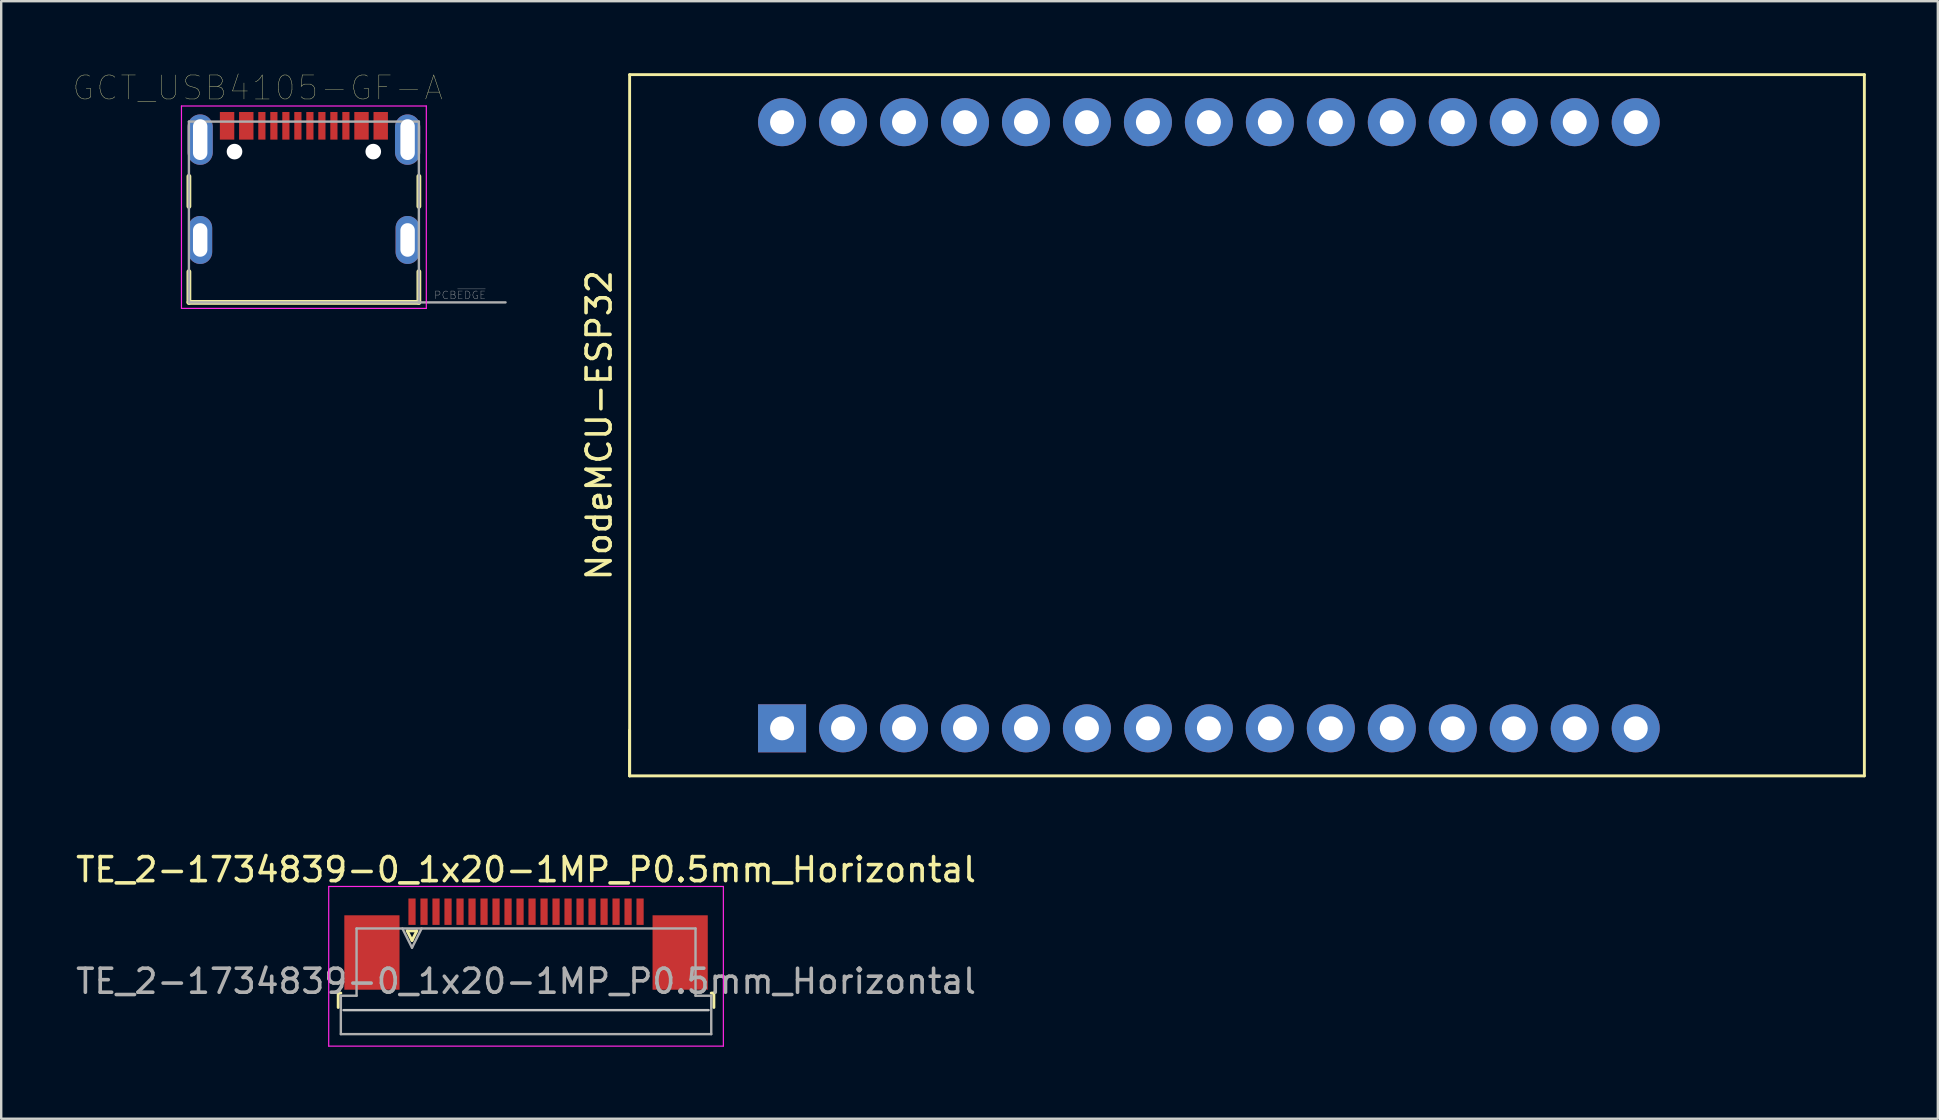
<source format=kicad_pcb>
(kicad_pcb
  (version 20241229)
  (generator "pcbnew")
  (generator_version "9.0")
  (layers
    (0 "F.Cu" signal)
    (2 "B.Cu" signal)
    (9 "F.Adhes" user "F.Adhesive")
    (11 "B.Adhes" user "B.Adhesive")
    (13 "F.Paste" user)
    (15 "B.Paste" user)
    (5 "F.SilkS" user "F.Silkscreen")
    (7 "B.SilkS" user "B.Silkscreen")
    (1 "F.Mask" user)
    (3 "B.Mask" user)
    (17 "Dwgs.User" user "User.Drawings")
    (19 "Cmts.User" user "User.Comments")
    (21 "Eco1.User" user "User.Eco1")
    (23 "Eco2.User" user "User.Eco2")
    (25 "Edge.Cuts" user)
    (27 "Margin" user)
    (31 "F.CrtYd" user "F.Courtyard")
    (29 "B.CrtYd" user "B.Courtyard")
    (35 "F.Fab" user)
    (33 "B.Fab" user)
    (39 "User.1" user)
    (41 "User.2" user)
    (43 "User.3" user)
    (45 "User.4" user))
  (footprint "TE_2-1734839-0_1x20-1MP_P0.5mm_Horizontal"
    (layer "F.Cu")
    (at 18.863 36.278)
    (property "Reference" "TE_2-1734839-0_1x20-1MP_P0.5mm_Horizontal" (at 0 -3.1 0) (layer "F.SilkS") (effects (font (size 1 1) (thickness 0.15))))
    (attr smd)
    (fp_line (start -7.825 2.04) (end -7.825 2.64) (stroke (width 0.12) (type solid)) (layer "F.SilkS"))
    (fp_line (start -7.715 2.04) (end -7.825 2.04) (stroke (width 0.12) (type solid)) (layer "F.SilkS"))
    (fp_line (start -4.95 -0.55) (end -4.75 -0.15) (stroke (width 0.12) (type solid)) (layer "F.SilkS"))
    (fp_line (start -4.75 -0.15) (end -4.55 -0.55) (stroke (width 0.12) (type solid)) (layer "F.SilkS"))
    (fp_line (start -4.55 -0.55) (end -4.95 -0.55) (stroke (width 0.12) (type solid)) (layer "F.SilkS"))
    (fp_line (start 7.715 2.04) (end 7.825 2.04) (stroke (width 0.12) (type solid)) (layer "F.SilkS"))
    (fp_line (start 7.825 2.04) (end 7.825 2.64) (stroke (width 0.12) (type solid)) (layer "F.SilkS"))
    (fp_line (start 7.605 2.75) (end -7.605 2.75) (stroke (width 0.1) (type solid)) (layer "Dwgs.User"))
    (fp_line (start -8.22 -2.4) (end -8.22 4.25) (stroke (width 0.05) (type solid)) (layer "F.CrtYd"))
    (fp_line (start -8.22 4.25) (end 8.22 4.25) (stroke (width 0.05) (type solid)) (layer "F.CrtYd"))
    (fp_line (start 8.22 -2.4) (end -8.22 -2.4) (stroke (width 0.05) (type solid)) (layer "F.CrtYd"))
    (fp_line (start 8.22 4.25) (end 8.22 -2.4) (stroke (width 0.05) (type solid)) (layer "F.CrtYd"))
    (fp_line (start -7.715 2.15) (end -7.06 2.15) (stroke (width 0.1) (type solid)) (layer "F.Fab"))
    (fp_line (start -7.715 3.75) (end -7.715 2.15) (stroke (width 0.1) (type solid)) (layer "F.Fab"))
    (fp_line (start -7.06 -0.65) (end 7.06 -0.65) (stroke (width 0.1) (type solid)) (layer "F.Fab"))
    (fp_line (start -7.06 2.15) (end -7.06 -0.65) (stroke (width 0.1) (type solid)) (layer "F.Fab"))
    (fp_line (start -5.15 -0.65) (end -4.75 0.15) (stroke (width 0.1) (type solid)) (layer "F.Fab"))
    (fp_line (start -4.75 0.15) (end -4.35 -0.65) (stroke (width 0.1) (type solid)) (layer "F.Fab"))
    (fp_line (start 7.06 -0.65) (end 7.06 2.15) (stroke (width 0.1) (type solid)) (layer "F.Fab"))
    (fp_line (start 7.06 2.15) (end 7.715 2.15) (stroke (width 0.1) (type solid)) (layer "F.Fab"))
    (fp_line (start 7.715 2.15) (end 7.715 3.75) (stroke (width 0.1) (type solid)) (layer "F.Fab"))
    (fp_line (start 7.715 3.75) (end -7.715 3.75) (stroke (width 0.1) (type solid)) (layer "F.Fab"))
    (fp_text user "${REFERENCE}" (at 0 1.55 0) (layer "F.Fab") (effects (font (size 1 1) (thickness 0.15))))
    (pad "1" smd rect (at -4.75 -1.35) (size 0.3 1.1) (layers "F.Cu" "F.Mask" "F.Paste"))
    (pad "2" smd rect (at -4.25 -1.35) (size 0.3 1.1) (layers "F.Cu" "F.Mask" "F.Paste"))
    (pad "3" smd rect (at -3.75 -1.35) (size 0.3 1.1) (layers "F.Cu" "F.Mask" "F.Paste"))
    (pad "4" smd rect (at -3.25 -1.35) (size 0.3 1.1) (layers "F.Cu" "F.Mask" "F.Paste"))
    (pad "5" smd rect (at -2.75 -1.35) (size 0.3 1.1) (layers "F.Cu" "F.Mask" "F.Paste"))
    (pad "6" smd rect (at -2.25 -1.35) (size 0.3 1.1) (layers "F.Cu" "F.Mask" "F.Paste"))
    (pad "7" smd rect (at -1.75 -1.35) (size 0.3 1.1) (layers "F.Cu" "F.Mask" "F.Paste"))
    (pad "8" smd rect (at -1.25 -1.35) (size 0.3 1.1) (layers "F.Cu" "F.Mask" "F.Paste"))
    (pad "9" smd rect (at -0.75 -1.35) (size 0.3 1.1) (layers "F.Cu" "F.Mask" "F.Paste"))
    (pad "10" smd rect (at -0.25 -1.35) (size 0.3 1.1) (layers "F.Cu" "F.Mask" "F.Paste"))
    (pad "11" smd rect (at 0.25 -1.35) (size 0.3 1.1) (layers "F.Cu" "F.Mask" "F.Paste"))
    (pad "12" smd rect (at 0.75 -1.35) (size 0.3 1.1) (layers "F.Cu" "F.Mask" "F.Paste"))
    (pad "13" smd rect (at 1.25 -1.35) (size 0.3 1.1) (layers "F.Cu" "F.Mask" "F.Paste"))
    (pad "14" smd rect (at 1.75 -1.35) (size 0.3 1.1) (layers "F.Cu" "F.Mask" "F.Paste"))
    (pad "15" smd rect (at 2.25 -1.35) (size 0.3 1.1) (layers "F.Cu" "F.Mask" "F.Paste"))
    (pad "16" smd rect (at 2.75 -1.35) (size 0.3 1.1) (layers "F.Cu" "F.Mask" "F.Paste"))
    (pad "17" smd rect (at 3.25 -1.35) (size 0.3 1.1) (layers "F.Cu" "F.Mask" "F.Paste"))
    (pad "18" smd rect (at 3.75 -1.35) (size 0.3 1.1) (layers "F.Cu" "F.Mask" "F.Paste"))
    (pad "19" smd rect (at 4.25 -1.35) (size 0.3 1.1) (layers "F.Cu" "F.Mask" "F.Paste"))
    (pad "20" smd rect (at 4.75 -1.35) (size 0.3 1.1) (layers "F.Cu" "F.Mask" "F.Paste"))
    (pad "MP" smd rect (at -6.42 0.35) (size 2.3 3.1) (layers "F.Cu" "F.Mask" "F.Paste"))
    (pad "MP" smd rect (at 6.42 0.35) (size 2.3 3.1) (layers "F.Cu" "F.Mask" "F.Paste")))
  (footprint "NodeMCU-ESP32"
    (layer "F.Cu")
    (at 57.468 14.665)
    (property "Reference" "NodeMCU-ESP32" (at -35.56 0 90) (layer "F.SilkS") (effects (font (size 1 1) (thickness 0.15))))
    (attr through_hole)
    (fp_line (start -34.29 -14.605) (end -34.29 14.605) (stroke (width 0.12) (type solid)) (layer "F.SilkS"))
    (fp_line (start -34.29 14.605) (end -34.29 12.7) (stroke (width 0.12) (type solid)) (layer "F.SilkS"))
    (fp_line (start -34.29 14.605) (end 17.145 14.605) (stroke (width 0.12) (type solid)) (layer "F.SilkS"))
    (fp_line (start 17.145 -14.605) (end -34.29 -14.605) (stroke (width 0.12) (type solid)) (layer "F.SilkS"))
    (fp_line (start 17.145 14.605) (end 17.145 -14.605) (stroke (width 0.12) (type solid)) (layer "F.SilkS"))
    (pad "1" thru_hole rect (at -27.94 12.625) (size 2 2) (drill 1) (layers "*.Cu" "*.Mask"))
    (pad "2" thru_hole circle (at -25.4 12.625) (size 2 2) (drill 1) (layers "*.Cu" "*.Mask"))
    (pad "3" thru_hole circle (at -22.86 12.625) (size 2 2) (drill 1) (layers "*.Cu" "*.Mask"))
    (pad "4" thru_hole circle (at -20.32 12.625) (size 2 2) (drill 1) (layers "*.Cu" "*.Mask"))
    (pad "5" thru_hole circle (at -17.78 12.625) (size 2 2) (drill 1) (layers "*.Cu" "*.Mask"))
    (pad "6" thru_hole circle (at -15.24 12.625) (size 2 2) (drill 1) (layers "*.Cu" "*.Mask"))
    (pad "7" thru_hole circle (at -12.7 12.625) (size 2 2) (drill 1) (layers "*.Cu" "*.Mask"))
    (pad "8" thru_hole circle (at -10.16 12.625) (size 2 2) (drill 1) (layers "*.Cu" "*.Mask"))
    (pad "9" thru_hole circle (at -7.62 12.625) (size 2 2) (drill 1) (layers "*.Cu" "*.Mask"))
    (pad "10" thru_hole circle (at -5.08 12.625) (size 2 2) (drill 1) (layers "*.Cu" "*.Mask"))
    (pad "11" thru_hole circle (at -2.54 12.625) (size 2 2) (drill 1) (layers "*.Cu" "*.Mask"))
    (pad "12" thru_hole circle (at 0 12.625) (size 2 2) (drill 1) (layers "*.Cu" "*.Mask"))
    (pad "13" thru_hole circle (at 2.54 12.625) (size 2 2) (drill 1) (layers "*.Cu" "*.Mask"))
    (pad "14" thru_hole circle (at 5.08 12.625) (size 2 2) (drill 1) (layers "*.Cu" "*.Mask"))
    (pad "15" thru_hole circle (at 7.62 12.625) (size 2 2) (drill 1) (layers "*.Cu" "*.Mask"))
    (pad "16" thru_hole circle (at 7.62 -12.625) (size 2 2) (drill 1) (layers "*.Cu" "*.Mask"))
    (pad "17" thru_hole circle (at 5.08 -12.625) (size 2 2) (drill 1) (layers "*.Cu" "*.Mask"))
    (pad "18" thru_hole circle (at 2.54 -12.625) (size 2 2) (drill 1) (layers "*.Cu" "*.Mask"))
    (pad "19" thru_hole circle (at 0 -12.625) (size 2 2) (drill 1) (layers "*.Cu" "*.Mask"))
    (pad "20" thru_hole circle (at -2.54 -12.625) (size 2 2) (drill 1) (layers "*.Cu" "*.Mask"))
    (pad "21" thru_hole circle (at -5.08 -12.625) (size 2 2) (drill 1) (layers "*.Cu" "*.Mask"))
    (pad "22" thru_hole circle (at -7.62 -12.625) (size 2 2) (drill 1) (layers "*.Cu" "*.Mask"))
    (pad "23" thru_hole circle (at -10.16 -12.625) (size 2 2) (drill 1) (layers "*.Cu" "*.Mask"))
    (pad "24" thru_hole circle (at -12.7 -12.625) (size 2 2) (drill 1) (layers "*.Cu" "*.Mask"))
    (pad "25" thru_hole circle (at -15.24 -12.625) (size 2 2) (drill 1) (layers "*.Cu" "*.Mask"))
    (pad "26" thru_hole circle (at -17.78 -12.625) (size 2 2) (drill 1) (layers "*.Cu" "*.Mask"))
    (pad "27" thru_hole circle (at -20.32 -12.625) (size 2 2) (drill 1) (layers "*.Cu" "*.Mask"))
    (pad "28" thru_hole circle (at -22.86 -12.625) (size 2 2) (drill 1) (layers "*.Cu" "*.Mask"))
    (pad "29" thru_hole circle (at -25.4 -12.625) (size 2 2) (drill 1) (layers "*.Cu" "*.Mask"))
    (pad "30" thru_hole circle (at -27.94 -12.625) (size 2 2) (drill 1) (layers "*.Cu" "*.Mask")))
  (footprint "GCT_USB4105-GF-A"
    (layer "F.Cu")
    (at 9.609 6.946)
    (property "Reference" "GCT_USB4105-GF-A" (at -1.925 -6.335 0) (layer "F.SilkS") (effects (font (size 1 1) (thickness 0.015))))
    (attr through_hole)
    (fp_line (start -4.79 -2.65) (end -4.79 -1.4) (stroke (width 0.2) (type solid)) (layer "F.SilkS"))
    (fp_line (start -4.79 1.32) (end -4.79 2.6) (stroke (width 0.2) (type solid)) (layer "F.SilkS"))
    (fp_line (start -4.79 2.6) (end 4.79 2.6) (stroke (width 0.2) (type solid)) (layer "F.SilkS"))
    (fp_line (start 4.79 -2.65) (end 4.79 -1.4) (stroke (width 0.2) (type solid)) (layer "F.SilkS"))
    (fp_line (start 4.79 2.6) (end 4.79 1.32) (stroke (width 0.2) (type solid)) (layer "F.SilkS"))
    (fp_line (start -5.1 -5.58) (end -5.1 2.85) (stroke (width 0.05) (type solid)) (layer "F.CrtYd"))
    (fp_line (start -5.1 2.85) (end 5.1 2.85) (stroke (width 0.05) (type solid)) (layer "F.CrtYd"))
    (fp_line (start 5.1 -5.58) (end -5.1 -5.58) (stroke (width 0.05) (type solid)) (layer "F.CrtYd"))
    (fp_line (start 5.1 2.85) (end 5.1 -5.58) (stroke (width 0.05) (type solid)) (layer "F.CrtYd"))
    (fp_line (start -4.79 -4.93) (end 4.79 -4.93) (stroke (width 0.1) (type solid)) (layer "F.Fab"))
    (fp_line (start -4.79 2.6) (end -4.79 -4.93) (stroke (width 0.1) (type solid)) (layer "F.Fab"))
    (fp_line (start 4.79 -4.93) (end 4.79 2.6) (stroke (width 0.1) (type solid)) (layer "F.Fab"))
    (fp_line (start 4.79 2.6) (end -4.79 2.6) (stroke (width 0.1) (type solid)) (layer "F.Fab"))
    (fp_line (start 4.8 2.6) (end 8.4 2.6) (stroke (width 0.1) (type solid)) (layer "F.Fab"))
    (fp_text user "PCB~{EDGE}" (at 6.5 2.3 0) (layer "F.Fab") (effects (font (size 0.32 0.32) (thickness 0.015))))
    (pad "" np_thru_hole circle (at -2.89 -3.68) (size 0.65 0.65) (drill 0.65) (layers "*.Cu" "*.Mask"))
    (pad "" np_thru_hole circle (at 2.89 -3.68) (size 0.65 0.65) (drill 0.65) (layers "*.Cu" "*.Mask"))
    (pad "A1/B12" smd rect (at -3.2 -4.755) (size 0.6 1.15) (layers "F.Cu" "F.Mask" "F.Paste"))
    (pad "A4/B9" smd rect (at -2.4 -4.755) (size 0.6 1.15) (layers "F.Cu" "F.Mask" "F.Paste"))
    (pad "A5" smd rect (at -1.25 -4.755) (size 0.3 1.15) (layers "F.Cu" "F.Mask" "F.Paste"))
    (pad "A6" smd rect (at -0.25 -4.755) (size 0.3 1.15) (layers "F.Cu" "F.Mask" "F.Paste"))
    (pad "A7" smd rect (at 0.25 -4.755) (size 0.3 1.15) (layers "F.Cu" "F.Mask" "F.Paste"))
    (pad "A8" smd rect (at 1.25 -4.755) (size 0.3 1.15) (layers "F.Cu" "F.Mask" "F.Paste"))
    (pad "B1/A12" smd rect (at 3.2 -4.755) (size 0.6 1.15) (layers "F.Cu" "F.Mask" "F.Paste"))
    (pad "B4/A9" smd rect (at 2.4 -4.755) (size 0.6 1.15) (layers "F.Cu" "F.Mask" "F.Paste"))
    (pad "B5" smd rect (at 1.75 -4.755) (size 0.3 1.15) (layers "F.Cu" "F.Mask" "F.Paste"))
    (pad "B6" smd rect (at 0.75 -4.755) (size 0.3 1.15) (layers "F.Cu" "F.Mask" "F.Paste"))
    (pad "B7" smd rect (at -0.75 -4.755) (size 0.3 1.15) (layers "F.Cu" "F.Mask" "F.Paste"))
    (pad "B8" smd rect (at -1.75 -4.755) (size 0.3 1.15) (layers "F.Cu" "F.Mask" "F.Paste"))
    (pad "S1" thru_hole oval (at -4.32 -4.18) (size 1.05 2.1) (drill oval 0.6 1.7) (layers "*.Cu" "*.Mask"))
    (pad "S1" thru_hole oval (at -4.32 0) (size 1 2) (drill oval 0.6 1.4) (layers "*.Cu" "*.Mask"))
    (pad "S1" thru_hole oval (at 4.32 -4.18) (size 1.05 2.1) (drill oval 0.6 1.7) (layers "*.Cu" "*.Mask"))
    (pad "S1" thru_hole oval (at 4.32 0) (size 1 2) (drill oval 0.6 1.4) (layers "*.Cu" "*.Mask")))
  (gr_rect
    (start -3 -3)
    (end 77.673 43.553)
    (stroke (width 0.1) (type default))
    (fill no)
    (layer "Edge.Cuts")))
</source>
